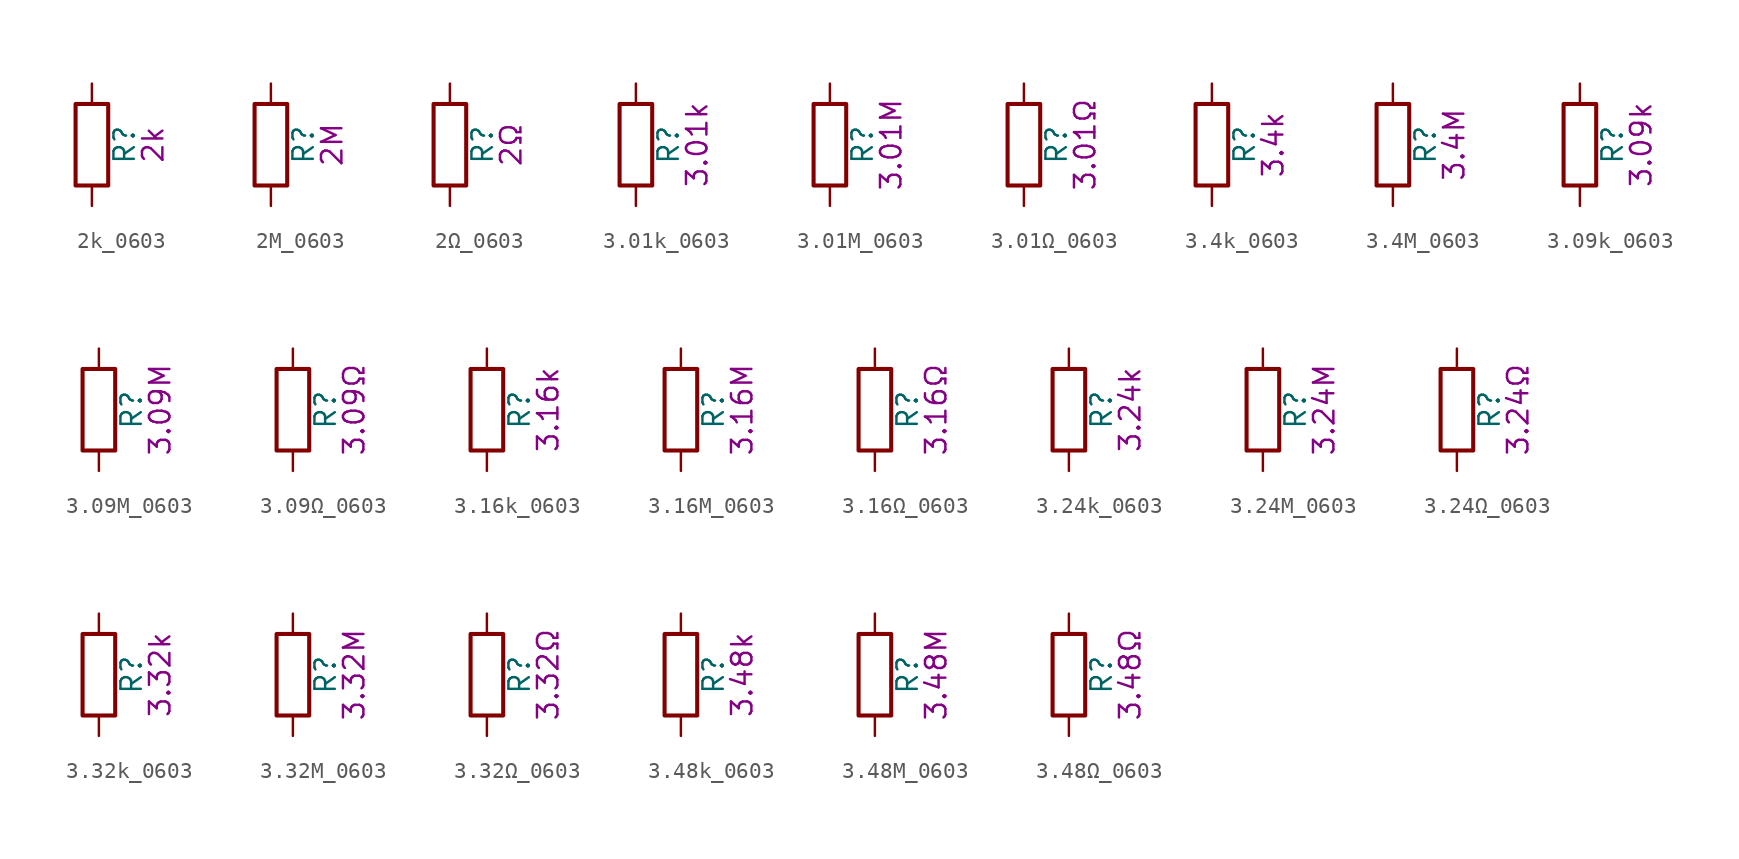
<source format=kicad_sym>
(kicad_symbol_lib
  (version 20211014)
  (generator kicad_symbol_editor)
  (symbol "2k_0603"
    (pin_numbers hide)
    (pin_names
      (offset 0))
    (property "Reference" "R"
      (at 2.032 0 90)
      (effects (font (size 1.27 1.27))))
    (property "Display" "2k"
      (at 3.81 0 90)
      (effects (font (size 1.27 1.27))))
    (symbol "2k_0603_0_1"
      (rectangle (start -1.016 -2.54) (end 1.016 2.54) (stroke (width 0.254) (type default) (color 0 0 0 0)) (fill (type none))))
    (symbol "2k_0603_1_1"
      (pin passive line (at 0 3.81 270) (length 1.27) (name "~" (effects (font (size 1.27 1.27)))) (number "1" (effects (font (size 1.27 1.27)))))
      (pin passive line (at 0 -3.81 90) (length 1.27) (name "~" (effects (font (size 1.27 1.27)))) (number "2" (effects (font (size 1.27 1.27)))))))
  (symbol "2M_0603"
    (pin_numbers hide)
    (pin_names
      (offset 0))
    (property "Reference" "R"
      (at 2.032 0 90)
      (effects (font (size 1.27 1.27))))
    (property "Display" "2M"
      (at 3.81 0 90)
      (effects (font (size 1.27 1.27))))
    (symbol "2M_0603_0_1"
      (rectangle (start -1.016 -2.54) (end 1.016 2.54) (stroke (width 0.254) (type default) (color 0 0 0 0)) (fill (type none))))
    (symbol "2M_0603_1_1"
      (pin passive line (at 0 3.81 270) (length 1.27) (name "~" (effects (font (size 1.27 1.27)))) (number "1" (effects (font (size 1.27 1.27)))))
      (pin passive line (at 0 -3.81 90) (length 1.27) (name "~" (effects (font (size 1.27 1.27)))) (number "2" (effects (font (size 1.27 1.27)))))))
  (symbol "2Ω_0603"
    (pin_numbers hide)
    (pin_names
      (offset 0))
    (property "Reference" "R"
      (at 2.032 0 90)
      (effects (font (size 1.27 1.27))))
    (property "Display" "2Ω"
      (at 3.81 0 90)
      (effects (font (size 1.27 1.27))))
    (symbol "2Ω_0603_0_1"
      (rectangle (start -1.016 -2.54) (end 1.016 2.54) (stroke (width 0.254) (type default) (color 0 0 0 0)) (fill (type none))))
    (symbol "2Ω_0603_1_1"
      (pin passive line (at 0 3.81 270) (length 1.27) (name "~" (effects (font (size 1.27 1.27)))) (number "1" (effects (font (size 1.27 1.27)))))
      (pin passive line (at 0 -3.81 90) (length 1.27) (name "~" (effects (font (size 1.27 1.27)))) (number "2" (effects (font (size 1.27 1.27)))))))
  (symbol "3.01k_0603"
    (pin_numbers hide)
    (pin_names
      (offset 0))
    (property "Reference" "R"
      (at 2.032 0 90)
      (effects (font (size 1.27 1.27))))
    (property "Display" "3.01k"
      (at 3.81 0 90)
      (effects (font (size 1.27 1.27))))
    (symbol "3.01k_0603_0_1"
      (rectangle (start -1.016 -2.54) (end 1.016 2.54) (stroke (width 0.254) (type default) (color 0 0 0 0)) (fill (type none))))
    (symbol "3.01k_0603_1_1"
      (pin passive line (at 0 3.81 270) (length 1.27) (name "~" (effects (font (size 1.27 1.27)))) (number "1" (effects (font (size 1.27 1.27)))))
      (pin passive line (at 0 -3.81 90) (length 1.27) (name "~" (effects (font (size 1.27 1.27)))) (number "2" (effects (font (size 1.27 1.27)))))))
  (symbol "3.01M_0603"
    (pin_numbers hide)
    (pin_names
      (offset 0))
    (property "Reference" "R"
      (at 2.032 0 90)
      (effects (font (size 1.27 1.27))))
    (property "Display" "3.01M"
      (at 3.81 0 90)
      (effects (font (size 1.27 1.27))))
    (symbol "3.01M_0603_0_1"
      (rectangle (start -1.016 -2.54) (end 1.016 2.54) (stroke (width 0.254) (type default) (color 0 0 0 0)) (fill (type none))))
    (symbol "3.01M_0603_1_1"
      (pin passive line (at 0 3.81 270) (length 1.27) (name "~" (effects (font (size 1.27 1.27)))) (number "1" (effects (font (size 1.27 1.27)))))
      (pin passive line (at 0 -3.81 90) (length 1.27) (name "~" (effects (font (size 1.27 1.27)))) (number "2" (effects (font (size 1.27 1.27)))))))
  (symbol "3.01Ω_0603"
    (pin_numbers hide)
    (pin_names
      (offset 0))
    (property "Reference" "R"
      (at 2.032 0 90)
      (effects (font (size 1.27 1.27))))
    (property "Display" "3.01Ω"
      (at 3.81 0 90)
      (effects (font (size 1.27 1.27))))
    (symbol "3.01Ω_0603_0_1"
      (rectangle (start -1.016 -2.54) (end 1.016 2.54) (stroke (width 0.254) (type default) (color 0 0 0 0)) (fill (type none))))
    (symbol "3.01Ω_0603_1_1"
      (pin passive line (at 0 3.81 270) (length 1.27) (name "~" (effects (font (size 1.27 1.27)))) (number "1" (effects (font (size 1.27 1.27)))))
      (pin passive line (at 0 -3.81 90) (length 1.27) (name "~" (effects (font (size 1.27 1.27)))) (number "2" (effects (font (size 1.27 1.27)))))))
  (symbol "3.4k_0603"
    (pin_numbers hide)
    (pin_names
      (offset 0))
    (property "Reference" "R"
      (at 2.032 0 90)
      (effects (font (size 1.27 1.27))))
    (property "Display" "3.4k"
      (at 3.81 0 90)
      (effects (font (size 1.27 1.27))))
    (symbol "3.4k_0603_0_1"
      (rectangle (start -1.016 -2.54) (end 1.016 2.54) (stroke (width 0.254) (type default) (color 0 0 0 0)) (fill (type none))))
    (symbol "3.4k_0603_1_1"
      (pin passive line (at 0 3.81 270) (length 1.27) (name "~" (effects (font (size 1.27 1.27)))) (number "1" (effects (font (size 1.27 1.27)))))
      (pin passive line (at 0 -3.81 90) (length 1.27) (name "~" (effects (font (size 1.27 1.27)))) (number "2" (effects (font (size 1.27 1.27)))))))
  (symbol "3.4M_0603"
    (pin_numbers hide)
    (pin_names
      (offset 0))
    (property "Reference" "R"
      (at 2.032 0 90)
      (effects (font (size 1.27 1.27))))
    (property "Display" "3.4M"
      (at 3.81 0 90)
      (effects (font (size 1.27 1.27))))
    (symbol "3.4M_0603_0_1"
      (rectangle (start -1.016 -2.54) (end 1.016 2.54) (stroke (width 0.254) (type default) (color 0 0 0 0)) (fill (type none))))
    (symbol "3.4M_0603_1_1"
      (pin passive line (at 0 3.81 270) (length 1.27) (name "~" (effects (font (size 1.27 1.27)))) (number "1" (effects (font (size 1.27 1.27)))))
      (pin passive line (at 0 -3.81 90) (length 1.27) (name "~" (effects (font (size 1.27 1.27)))) (number "2" (effects (font (size 1.27 1.27)))))))
  (symbol "3.09k_0603"
    (pin_numbers hide)
    (pin_names
      (offset 0))
    (property "Reference" "R"
      (at 2.032 0 90)
      (effects (font (size 1.27 1.27))))
    (property "Display" "3.09k"
      (at 3.81 0 90)
      (effects (font (size 1.27 1.27))))
    (symbol "3.09k_0603_0_1"
      (rectangle (start -1.016 -2.54) (end 1.016 2.54) (stroke (width 0.254) (type default) (color 0 0 0 0)) (fill (type none))))
    (symbol "3.09k_0603_1_1"
      (pin passive line (at 0 3.81 270) (length 1.27) (name "~" (effects (font (size 1.27 1.27)))) (number "1" (effects (font (size 1.27 1.27)))))
      (pin passive line (at 0 -3.81 90) (length 1.27) (name "~" (effects (font (size 1.27 1.27)))) (number "2" (effects (font (size 1.27 1.27)))))))
  (symbol "3.09M_0603"
    (pin_numbers hide)
    (pin_names
      (offset 0))
    (property "Reference" "R"
      (at 2.032 0 90)
      (effects (font (size 1.27 1.27))))
    (property "Display" "3.09M"
      (at 3.81 0 90)
      (effects (font (size 1.27 1.27))))
    (symbol "3.09M_0603_0_1"
      (rectangle (start -1.016 -2.54) (end 1.016 2.54) (stroke (width 0.254) (type default) (color 0 0 0 0)) (fill (type none))))
    (symbol "3.09M_0603_1_1"
      (pin passive line (at 0 3.81 270) (length 1.27) (name "~" (effects (font (size 1.27 1.27)))) (number "1" (effects (font (size 1.27 1.27)))))
      (pin passive line (at 0 -3.81 90) (length 1.27) (name "~" (effects (font (size 1.27 1.27)))) (number "2" (effects (font (size 1.27 1.27)))))))
  (symbol "3.09Ω_0603"
    (pin_numbers hide)
    (pin_names
      (offset 0))
    (property "Reference" "R"
      (at 2.032 0 90)
      (effects (font (size 1.27 1.27))))
    (property "Display" "3.09Ω"
      (at 3.81 0 90)
      (effects (font (size 1.27 1.27))))
    (symbol "3.09Ω_0603_0_1"
      (rectangle (start -1.016 -2.54) (end 1.016 2.54) (stroke (width 0.254) (type default) (color 0 0 0 0)) (fill (type none))))
    (symbol "3.09Ω_0603_1_1"
      (pin passive line (at 0 3.81 270) (length 1.27) (name "~" (effects (font (size 1.27 1.27)))) (number "1" (effects (font (size 1.27 1.27)))))
      (pin passive line (at 0 -3.81 90) (length 1.27) (name "~" (effects (font (size 1.27 1.27)))) (number "2" (effects (font (size 1.27 1.27)))))))
  (symbol "3.16k_0603"
    (pin_numbers hide)
    (pin_names
      (offset 0))
    (property "Reference" "R"
      (at 2.032 0 90)
      (effects (font (size 1.27 1.27))))
    (property "Display" "3.16k"
      (at 3.81 0 90)
      (effects (font (size 1.27 1.27))))
    (symbol "3.16k_0603_0_1"
      (rectangle (start -1.016 -2.54) (end 1.016 2.54) (stroke (width 0.254) (type default) (color 0 0 0 0)) (fill (type none))))
    (symbol "3.16k_0603_1_1"
      (pin passive line (at 0 3.81 270) (length 1.27) (name "~" (effects (font (size 1.27 1.27)))) (number "1" (effects (font (size 1.27 1.27)))))
      (pin passive line (at 0 -3.81 90) (length 1.27) (name "~" (effects (font (size 1.27 1.27)))) (number "2" (effects (font (size 1.27 1.27)))))))
  (symbol "3.16M_0603"
    (pin_numbers hide)
    (pin_names
      (offset 0))
    (property "Reference" "R"
      (at 2.032 0 90)
      (effects (font (size 1.27 1.27))))
    (property "Display" "3.16M"
      (at 3.81 0 90)
      (effects (font (size 1.27 1.27))))
    (symbol "3.16M_0603_0_1"
      (rectangle (start -1.016 -2.54) (end 1.016 2.54) (stroke (width 0.254) (type default) (color 0 0 0 0)) (fill (type none))))
    (symbol "3.16M_0603_1_1"
      (pin passive line (at 0 3.81 270) (length 1.27) (name "~" (effects (font (size 1.27 1.27)))) (number "1" (effects (font (size 1.27 1.27)))))
      (pin passive line (at 0 -3.81 90) (length 1.27) (name "~" (effects (font (size 1.27 1.27)))) (number "2" (effects (font (size 1.27 1.27)))))))
  (symbol "3.16Ω_0603"
    (pin_numbers hide)
    (pin_names
      (offset 0))
    (property "Reference" "R"
      (at 2.032 0 90)
      (effects (font (size 1.27 1.27))))
    (property "Display" "3.16Ω"
      (at 3.81 0 90)
      (effects (font (size 1.27 1.27))))
    (symbol "3.16Ω_0603_0_1"
      (rectangle (start -1.016 -2.54) (end 1.016 2.54) (stroke (width 0.254) (type default) (color 0 0 0 0)) (fill (type none))))
    (symbol "3.16Ω_0603_1_1"
      (pin passive line (at 0 3.81 270) (length 1.27) (name "~" (effects (font (size 1.27 1.27)))) (number "1" (effects (font (size 1.27 1.27)))))
      (pin passive line (at 0 -3.81 90) (length 1.27) (name "~" (effects (font (size 1.27 1.27)))) (number "2" (effects (font (size 1.27 1.27)))))))
  (symbol "3.24k_0603"
    (pin_numbers hide)
    (pin_names
      (offset 0))
    (property "Reference" "R"
      (at 2.032 0 90)
      (effects (font (size 1.27 1.27))))
    (property "Display" "3.24k"
      (at 3.81 0 90)
      (effects (font (size 1.27 1.27))))
    (symbol "3.24k_0603_0_1"
      (rectangle (start -1.016 -2.54) (end 1.016 2.54) (stroke (width 0.254) (type default) (color 0 0 0 0)) (fill (type none))))
    (symbol "3.24k_0603_1_1"
      (pin passive line (at 0 3.81 270) (length 1.27) (name "~" (effects (font (size 1.27 1.27)))) (number "1" (effects (font (size 1.27 1.27)))))
      (pin passive line (at 0 -3.81 90) (length 1.27) (name "~" (effects (font (size 1.27 1.27)))) (number "2" (effects (font (size 1.27 1.27)))))))
  (symbol "3.24M_0603"
    (pin_numbers hide)
    (pin_names
      (offset 0))
    (property "Reference" "R"
      (at 2.032 0 90)
      (effects (font (size 1.27 1.27))))
    (property "Display" "3.24M"
      (at 3.81 0 90)
      (effects (font (size 1.27 1.27))))
    (symbol "3.24M_0603_0_1"
      (rectangle (start -1.016 -2.54) (end 1.016 2.54) (stroke (width 0.254) (type default) (color 0 0 0 0)) (fill (type none))))
    (symbol "3.24M_0603_1_1"
      (pin passive line (at 0 3.81 270) (length 1.27) (name "~" (effects (font (size 1.27 1.27)))) (number "1" (effects (font (size 1.27 1.27)))))
      (pin passive line (at 0 -3.81 90) (length 1.27) (name "~" (effects (font (size 1.27 1.27)))) (number "2" (effects (font (size 1.27 1.27)))))))
  (symbol "3.24Ω_0603"
    (pin_numbers hide)
    (pin_names
      (offset 0))
    (property "Reference" "R"
      (at 2.032 0 90)
      (effects (font (size 1.27 1.27))))
    (property "Display" "3.24Ω"
      (at 3.81 0 90)
      (effects (font (size 1.27 1.27))))
    (symbol "3.24Ω_0603_0_1"
      (rectangle (start -1.016 -2.54) (end 1.016 2.54) (stroke (width 0.254) (type default) (color 0 0 0 0)) (fill (type none))))
    (symbol "3.24Ω_0603_1_1"
      (pin passive line (at 0 3.81 270) (length 1.27) (name "~" (effects (font (size 1.27 1.27)))) (number "1" (effects (font (size 1.27 1.27)))))
      (pin passive line (at 0 -3.81 90) (length 1.27) (name "~" (effects (font (size 1.27 1.27)))) (number "2" (effects (font (size 1.27 1.27)))))))
  (symbol "3.32k_0603"
    (pin_numbers hide)
    (pin_names
      (offset 0))
    (property "Reference" "R"
      (at 2.032 0 90)
      (effects (font (size 1.27 1.27))))
    (property "Display" "3.32k"
      (at 3.81 0 90)
      (effects (font (size 1.27 1.27))))
    (symbol "3.32k_0603_0_1"
      (rectangle (start -1.016 -2.54) (end 1.016 2.54) (stroke (width 0.254) (type default) (color 0 0 0 0)) (fill (type none))))
    (symbol "3.32k_0603_1_1"
      (pin passive line (at 0 3.81 270) (length 1.27) (name "~" (effects (font (size 1.27 1.27)))) (number "1" (effects (font (size 1.27 1.27)))))
      (pin passive line (at 0 -3.81 90) (length 1.27) (name "~" (effects (font (size 1.27 1.27)))) (number "2" (effects (font (size 1.27 1.27)))))))
  (symbol "3.32M_0603"
    (pin_numbers hide)
    (pin_names
      (offset 0))
    (property "Reference" "R"
      (at 2.032 0 90)
      (effects (font (size 1.27 1.27))))
    (property "Display" "3.32M"
      (at 3.81 0 90)
      (effects (font (size 1.27 1.27))))
    (symbol "3.32M_0603_0_1"
      (rectangle (start -1.016 -2.54) (end 1.016 2.54) (stroke (width 0.254) (type default) (color 0 0 0 0)) (fill (type none))))
    (symbol "3.32M_0603_1_1"
      (pin passive line (at 0 3.81 270) (length 1.27) (name "~" (effects (font (size 1.27 1.27)))) (number "1" (effects (font (size 1.27 1.27)))))
      (pin passive line (at 0 -3.81 90) (length 1.27) (name "~" (effects (font (size 1.27 1.27)))) (number "2" (effects (font (size 1.27 1.27)))))))
  (symbol "3.32Ω_0603"
    (pin_numbers hide)
    (pin_names
      (offset 0))
    (property "Reference" "R"
      (at 2.032 0 90)
      (effects (font (size 1.27 1.27))))
    (property "Display" "3.32Ω"
      (at 3.81 0 90)
      (effects (font (size 1.27 1.27))))
    (symbol "3.32Ω_0603_0_1"
      (rectangle (start -1.016 -2.54) (end 1.016 2.54) (stroke (width 0.254) (type default) (color 0 0 0 0)) (fill (type none))))
    (symbol "3.32Ω_0603_1_1"
      (pin passive line (at 0 3.81 270) (length 1.27) (name "~" (effects (font (size 1.27 1.27)))) (number "1" (effects (font (size 1.27 1.27)))))
      (pin passive line (at 0 -3.81 90) (length 1.27) (name "~" (effects (font (size 1.27 1.27)))) (number "2" (effects (font (size 1.27 1.27)))))))
  (symbol "3.48k_0603"
    (pin_numbers hide)
    (pin_names
      (offset 0))
    (property "Reference" "R"
      (at 2.032 0 90)
      (effects (font (size 1.27 1.27))))
    (property "Display" "3.48k"
      (at 3.81 0 90)
      (effects (font (size 1.27 1.27))))
    (symbol "3.48k_0603_0_1"
      (rectangle (start -1.016 -2.54) (end 1.016 2.54) (stroke (width 0.254) (type default) (color 0 0 0 0)) (fill (type none))))
    (symbol "3.48k_0603_1_1"
      (pin passive line (at 0 3.81 270) (length 1.27) (name "~" (effects (font (size 1.27 1.27)))) (number "1" (effects (font (size 1.27 1.27)))))
      (pin passive line (at 0 -3.81 90) (length 1.27) (name "~" (effects (font (size 1.27 1.27)))) (number "2" (effects (font (size 1.27 1.27)))))))
  (symbol "3.48M_0603"
    (pin_numbers hide)
    (pin_names
      (offset 0))
    (property "Reference" "R"
      (at 2.032 0 90)
      (effects (font (size 1.27 1.27))))
    (property "Display" "3.48M"
      (at 3.81 0 90)
      (effects (font (size 1.27 1.27))))
    (symbol "3.48M_0603_0_1"
      (rectangle (start -1.016 -2.54) (end 1.016 2.54) (stroke (width 0.254) (type default) (color 0 0 0 0)) (fill (type none))))
    (symbol "3.48M_0603_1_1"
      (pin passive line (at 0 3.81 270) (length 1.27) (name "~" (effects (font (size 1.27 1.27)))) (number "1" (effects (font (size 1.27 1.27)))))
      (pin passive line (at 0 -3.81 90) (length 1.27) (name "~" (effects (font (size 1.27 1.27)))) (number "2" (effects (font (size 1.27 1.27)))))))
  (symbol "3.48Ω_0603"
    (pin_numbers hide)
    (pin_names
      (offset 0))
    (property "Reference" "R"
      (at 2.032 0 90)
      (effects (font (size 1.27 1.27))))
    (property "Display" "3.48Ω"
      (at 3.81 0 90)
      (effects (font (size 1.27 1.27))))
    (symbol "3.48Ω_0603_0_1"
      (rectangle (start -1.016 -2.54) (end 1.016 2.54) (stroke (width 0.254) (type default) (color 0 0 0 0)) (fill (type none))))
    (symbol "3.48Ω_0603_1_1"
      (pin passive line (at 0 3.81 270) (length 1.27) (name "~" (effects (font (size 1.27 1.27)))) (number "1" (effects (font (size 1.27 1.27)))))
      (pin passive line (at 0 -3.81 90) (length 1.27) (name "~" (effects (font (size 1.27 1.27)))) (number "2" (effects (font (size 1.27 1.27))))))))
</source>
